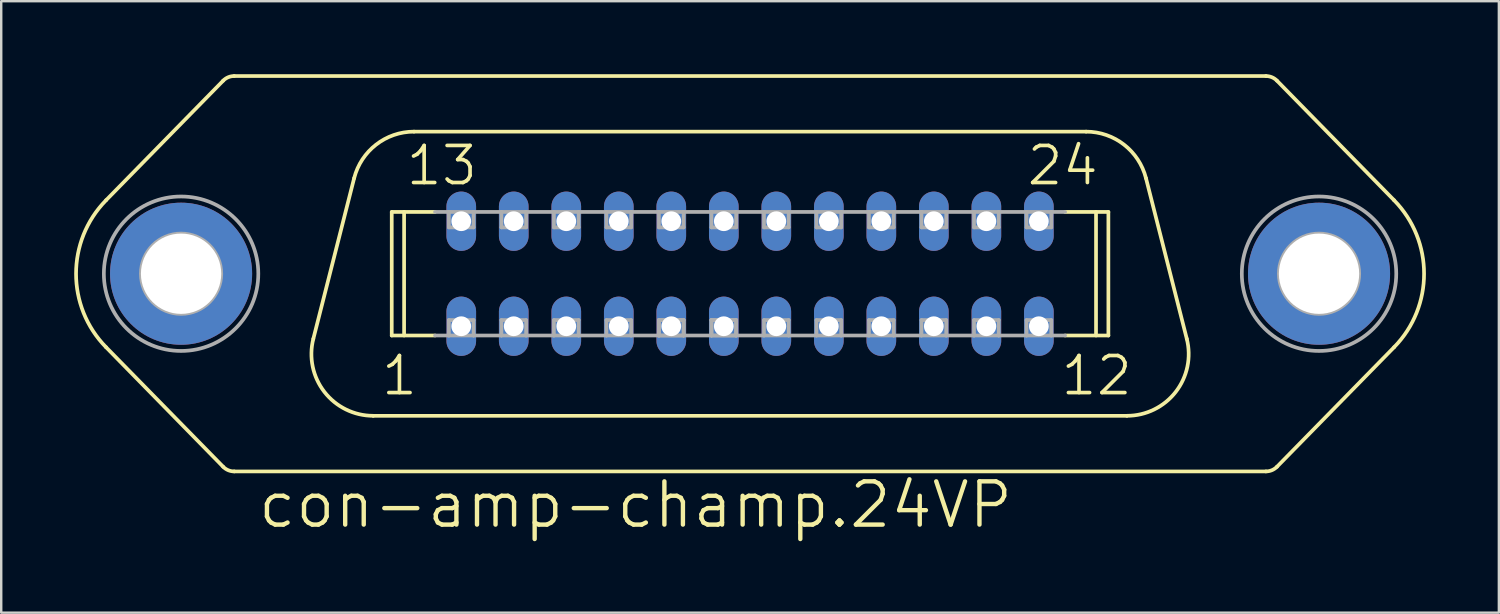
<source format=kicad_pcb>
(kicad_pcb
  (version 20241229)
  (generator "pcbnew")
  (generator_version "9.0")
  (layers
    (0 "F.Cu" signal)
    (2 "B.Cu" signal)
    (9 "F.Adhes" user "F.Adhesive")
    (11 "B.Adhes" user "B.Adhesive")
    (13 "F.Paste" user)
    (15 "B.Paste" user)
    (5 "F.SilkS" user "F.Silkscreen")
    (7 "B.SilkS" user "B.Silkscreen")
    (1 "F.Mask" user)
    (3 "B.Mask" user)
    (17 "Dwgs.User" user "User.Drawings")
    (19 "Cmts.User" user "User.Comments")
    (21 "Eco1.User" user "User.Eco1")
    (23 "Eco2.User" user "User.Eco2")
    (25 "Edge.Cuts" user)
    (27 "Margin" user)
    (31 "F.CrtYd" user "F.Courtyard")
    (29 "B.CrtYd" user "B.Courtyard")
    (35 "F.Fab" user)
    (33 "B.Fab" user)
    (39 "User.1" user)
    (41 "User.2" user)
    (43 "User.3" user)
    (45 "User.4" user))
  (footprint "con-amp-champ.24VP"
    (layer "F.Cu")
    (at 27.788 8.204)
    (property "Reference" "con-amp-champ.24VP" (at -20.32 10.541 0) (layer "F.SilkS") (effects (font (size 1.778 1.778) (thickness 0.18)) (justify left bottom)))
    (attr through_hole)
    (fp_line (start -21.663 -7.937) (end -26.478 -3.022) (stroke (width 0.152) (type default)) (layer "F.SilkS"))
    (fp_line (start -21.663 7.937) (end -26.478 3.022) (stroke (width 0.152) (type default)) (layer "F.SilkS"))
    (fp_line (start -21.209 -8.128) (end 21.209 -8.128) (stroke (width 0.152) (type default)) (layer "F.SilkS"))
    (fp_line (start -21.209 8.128) (end 21.209 8.128) (stroke (width 0.152) (type default)) (layer "F.SilkS"))
    (fp_line (start -16.278 -3.928) (end -17.956 2.676) (stroke (width 0.152) (type default)) (layer "F.SilkS"))
    (fp_line (start -15.494 5.842) (end 15.494 5.842) (stroke (width 0.152) (type default)) (layer "F.SilkS"))
    (fp_line (start -14.732 -2.54) (end -12.952 -2.54) (stroke (width 0.152) (type default)) (layer "F.SilkS"))
    (fp_line (start -14.732 2.54) (end -14.732 -2.54) (stroke (width 0.152) (type default)) (layer "F.SilkS"))
    (fp_line (start -14.732 2.54) (end -12.952 2.54) (stroke (width 0.152) (type default)) (layer "F.SilkS"))
    (fp_line (start -14.224 2.54) (end -14.224 -2.54) (stroke (width 0.152) (type default)) (layer "F.SilkS"))
    (fp_line (start -13.816 -5.842) (end 13.816 -5.842) (stroke (width 0.152) (type default)) (layer "F.SilkS"))
    (fp_line (start 12.952 -2.54) (end 14.732 -2.54) (stroke (width 0.152) (type default)) (layer "F.SilkS"))
    (fp_line (start 12.952 2.54) (end 14.732 2.54) (stroke (width 0.152) (type default)) (layer "F.SilkS"))
    (fp_line (start 14.224 2.54) (end 14.224 -2.54) (stroke (width 0.152) (type default)) (layer "F.SilkS"))
    (fp_line (start 14.732 2.54) (end 14.732 -2.54) (stroke (width 0.152) (type default)) (layer "F.SilkS"))
    (fp_line (start 16.278 -3.928) (end 17.956 2.676) (stroke (width 0.152) (type default)) (layer "F.SilkS"))
    (fp_line (start 21.663 -7.937) (end 26.478 -3.022) (stroke (width 0.152) (type default)) (layer "F.SilkS"))
    (fp_line (start 21.663 7.937) (end 26.478 3.022) (stroke (width 0.152) (type default)) (layer "F.SilkS"))
    (fp_arc (start -26.478 3.022) (mid -27.711365 0.0004) (end -26.478 -3.0212) (stroke (width 0.1524) (type default)) (layer "F.SilkS"))
    (fp_arc (start -21.663 -7.937) (mid -21.45541 -8.078018) (end -21.2094 -8.1276) (stroke (width 0.1524) (type default)) (layer "F.SilkS"))
    (fp_arc (start -21.2094 8.1276) (mid -21.45541 8.078018) (end -21.663 7.937) (stroke (width 0.1524) (type default)) (layer "F.SilkS"))
    (fp_arc (start -16.278 -3.928) (mid -15.375488 -5.307486) (end -13.8162 -5.8424) (stroke (width 0.1524) (type default)) (layer "F.SilkS"))
    (fp_arc (start -15.4942 5.8416) (mid -17.499286 4.860863) (end -17.956 2.676) (stroke (width 0.1524) (type default)) (layer "F.SilkS"))
    (fp_arc (start 13.816 -5.842) (mid 15.375288 -5.307086) (end 16.2778 -3.9276) (stroke (width 0.1524) (type default)) (layer "F.SilkS"))
    (fp_arc (start 17.956 2.676) (mid 17.499286 4.860863) (end 15.4942 5.8416) (stroke (width 0.1524) (type default)) (layer "F.SilkS"))
    (fp_arc (start 21.2094 -8.1276) (mid 21.45541 -8.078018) (end 21.663 -7.937) (stroke (width 0.1524) (type default)) (layer "F.SilkS"))
    (fp_arc (start 21.663 7.937) (mid 21.45541 8.078018) (end 21.2094 8.1276) (stroke (width 0.1524) (type default)) (layer "F.SilkS"))
    (fp_arc (start 26.478 -3.0212) (mid 27.711365 0.0004) (end 26.478 3.022) (stroke (width 0.1524) (type default)) (layer "F.SilkS"))
    (fp_line (start -12.952 -2.54) (end -12.383 -2.54) (stroke (width 0.152) (type default)) (layer "F.Fab"))
    (fp_line (start -12.952 2.54) (end -12.383 2.54) (stroke (width 0.152) (type default)) (layer "F.Fab"))
    (fp_line (start -12.383 -2.54) (end -11.367 -2.54) (stroke (width 0.152) (type default)) (layer "F.Fab"))
    (fp_line (start -12.383 -1.905) (end -12.383 -2.54) (stroke (width 0.152) (type default)) (layer "F.Fab"))
    (fp_line (start -12.383 1.905) (end -11.367 1.905) (stroke (width 0.152) (type default)) (layer "F.Fab"))
    (fp_line (start -12.383 2.54) (end -12.383 1.905) (stroke (width 0.152) (type default)) (layer "F.Fab"))
    (fp_line (start -11.367 -2.54) (end -11.367 -1.905) (stroke (width 0.152) (type default)) (layer "F.Fab"))
    (fp_line (start -11.367 -2.54) (end -10.223 -2.54) (stroke (width 0.152) (type default)) (layer "F.Fab"))
    (fp_line (start -11.367 -1.905) (end -12.383 -1.905) (stroke (width 0.152) (type default)) (layer "F.Fab"))
    (fp_line (start -11.367 1.905) (end -11.367 2.54) (stroke (width 0.152) (type default)) (layer "F.Fab"))
    (fp_line (start -11.367 2.54) (end -12.383 2.54) (stroke (width 0.152) (type default)) (layer "F.Fab"))
    (fp_line (start -11.367 2.54) (end -10.223 2.54) (stroke (width 0.152) (type default)) (layer "F.Fab"))
    (fp_line (start -10.223 -2.54) (end -9.207 -2.54) (stroke (width 0.152) (type default)) (layer "F.Fab"))
    (fp_line (start -10.223 -1.905) (end -10.223 -2.54) (stroke (width 0.152) (type default)) (layer "F.Fab"))
    (fp_line (start -10.223 1.905) (end -9.207 1.905) (stroke (width 0.152) (type default)) (layer "F.Fab"))
    (fp_line (start -10.223 2.54) (end -10.223 1.905) (stroke (width 0.152) (type default)) (layer "F.Fab"))
    (fp_line (start -9.207 -2.54) (end -9.207 -1.905) (stroke (width 0.152) (type default)) (layer "F.Fab"))
    (fp_line (start -9.207 -2.54) (end -8.065 -2.54) (stroke (width 0.152) (type default)) (layer "F.Fab"))
    (fp_line (start -9.207 -1.905) (end -10.223 -1.905) (stroke (width 0.152) (type default)) (layer "F.Fab"))
    (fp_line (start -9.207 1.905) (end -9.207 2.54) (stroke (width 0.152) (type default)) (layer "F.Fab"))
    (fp_line (start -9.207 2.54) (end -10.223 2.54) (stroke (width 0.152) (type default)) (layer "F.Fab"))
    (fp_line (start -9.207 2.54) (end -8.065 2.54) (stroke (width 0.152) (type default)) (layer "F.Fab"))
    (fp_line (start -8.065 -2.54) (end -7.048 -2.54) (stroke (width 0.152) (type default)) (layer "F.Fab"))
    (fp_line (start -8.065 -1.905) (end -8.065 -2.54) (stroke (width 0.152) (type default)) (layer "F.Fab"))
    (fp_line (start -8.065 1.905) (end -7.048 1.905) (stroke (width 0.152) (type default)) (layer "F.Fab"))
    (fp_line (start -8.065 2.54) (end -8.065 1.905) (stroke (width 0.152) (type default)) (layer "F.Fab"))
    (fp_line (start -7.048 -2.54) (end -7.048 -1.905) (stroke (width 0.152) (type default)) (layer "F.Fab"))
    (fp_line (start -7.048 -2.54) (end -5.905 -2.54) (stroke (width 0.152) (type default)) (layer "F.Fab"))
    (fp_line (start -7.048 -1.905) (end -8.065 -1.905) (stroke (width 0.152) (type default)) (layer "F.Fab"))
    (fp_line (start -7.048 1.905) (end -7.048 2.54) (stroke (width 0.152) (type default)) (layer "F.Fab"))
    (fp_line (start -7.048 2.54) (end -8.065 2.54) (stroke (width 0.152) (type default)) (layer "F.Fab"))
    (fp_line (start -7.048 2.54) (end -5.905 2.54) (stroke (width 0.152) (type default)) (layer "F.Fab"))
    (fp_line (start -5.905 -2.54) (end -4.889 -2.54) (stroke (width 0.152) (type default)) (layer "F.Fab"))
    (fp_line (start -5.905 -1.905) (end -5.905 -2.54) (stroke (width 0.152) (type default)) (layer "F.Fab"))
    (fp_line (start -5.905 1.905) (end -4.889 1.905) (stroke (width 0.152) (type default)) (layer "F.Fab"))
    (fp_line (start -5.905 2.54) (end -5.905 1.905) (stroke (width 0.152) (type default)) (layer "F.Fab"))
    (fp_line (start -4.889 -2.54) (end -4.889 -1.905) (stroke (width 0.152) (type default)) (layer "F.Fab"))
    (fp_line (start -4.889 -2.54) (end -3.747 -2.54) (stroke (width 0.152) (type default)) (layer "F.Fab"))
    (fp_line (start -4.889 -1.905) (end -5.905 -1.905) (stroke (width 0.152) (type default)) (layer "F.Fab"))
    (fp_line (start -4.889 1.905) (end -4.889 2.54) (stroke (width 0.152) (type default)) (layer "F.Fab"))
    (fp_line (start -4.889 2.54) (end -5.905 2.54) (stroke (width 0.152) (type default)) (layer "F.Fab"))
    (fp_line (start -4.889 2.54) (end -3.747 2.54) (stroke (width 0.152) (type default)) (layer "F.Fab"))
    (fp_line (start -3.747 -2.54) (end -2.731 -2.54) (stroke (width 0.152) (type default)) (layer "F.Fab"))
    (fp_line (start -3.747 -1.905) (end -3.747 -2.54) (stroke (width 0.152) (type default)) (layer "F.Fab"))
    (fp_line (start -3.747 1.905) (end -2.731 1.905) (stroke (width 0.152) (type default)) (layer "F.Fab"))
    (fp_line (start -3.747 1.905) (end -2.731 1.905) (stroke (width 0.152) (type default)) (layer "F.Fab"))
    (fp_line (start -3.747 2.54) (end -3.747 1.905) (stroke (width 0.152) (type default)) (layer "F.Fab"))
    (fp_line (start -3.747 2.54) (end -3.747 1.905) (stroke (width 0.152) (type default)) (layer "F.Fab"))
    (fp_line (start -2.731 -2.54) (end -2.731 -1.905) (stroke (width 0.152) (type default)) (layer "F.Fab"))
    (fp_line (start -2.731 -2.54) (end -1.587 -2.54) (stroke (width 0.152) (type default)) (layer "F.Fab"))
    (fp_line (start -2.731 -1.905) (end -3.747 -1.905) (stroke (width 0.152) (type default)) (layer "F.Fab"))
    (fp_line (start -2.731 1.905) (end -2.731 2.54) (stroke (width 0.152) (type default)) (layer "F.Fab"))
    (fp_line (start -2.731 1.905) (end -2.731 2.54) (stroke (width 0.152) (type default)) (layer "F.Fab"))
    (fp_line (start -2.731 2.54) (end -3.747 2.54) (stroke (width 0.152) (type default)) (layer "F.Fab"))
    (fp_line (start -2.731 2.54) (end -3.747 2.54) (stroke (width 0.152) (type default)) (layer "F.Fab"))
    (fp_line (start -2.731 2.54) (end -1.587 2.54) (stroke (width 0.152) (type default)) (layer "F.Fab"))
    (fp_line (start -1.587 -2.54) (end -0.572 -2.54) (stroke (width 0.152) (type default)) (layer "F.Fab"))
    (fp_line (start -1.587 -1.905) (end -1.587 -2.54) (stroke (width 0.152) (type default)) (layer "F.Fab"))
    (fp_line (start -1.587 1.905) (end -0.572 1.905) (stroke (width 0.152) (type default)) (layer "F.Fab"))
    (fp_line (start -1.587 1.905) (end -0.572 1.905) (stroke (width 0.152) (type default)) (layer "F.Fab"))
    (fp_line (start -1.587 2.54) (end -1.587 1.905) (stroke (width 0.152) (type default)) (layer "F.Fab"))
    (fp_line (start -1.587 2.54) (end -1.587 1.905) (stroke (width 0.152) (type default)) (layer "F.Fab"))
    (fp_line (start -0.572 -2.54) (end -0.572 -1.905) (stroke (width 0.152) (type default)) (layer "F.Fab"))
    (fp_line (start -0.572 -2.54) (end 0.572 -2.54) (stroke (width 0.152) (type default)) (layer "F.Fab"))
    (fp_line (start -0.572 -1.905) (end -1.587 -1.905) (stroke (width 0.152) (type default)) (layer "F.Fab"))
    (fp_line (start -0.572 1.905) (end -0.572 2.54) (stroke (width 0.152) (type default)) (layer "F.Fab"))
    (fp_line (start -0.572 1.905) (end -0.572 2.54) (stroke (width 0.152) (type default)) (layer "F.Fab"))
    (fp_line (start -0.572 2.54) (end -1.587 2.54) (stroke (width 0.152) (type default)) (layer "F.Fab"))
    (fp_line (start -0.572 2.54) (end -1.587 2.54) (stroke (width 0.152) (type default)) (layer "F.Fab"))
    (fp_line (start -0.572 2.54) (end 0.572 2.54) (stroke (width 0.152) (type default)) (layer "F.Fab"))
    (fp_line (start 0.572 -2.54) (end 1.587 -2.54) (stroke (width 0.152) (type default)) (layer "F.Fab"))
    (fp_line (start 0.572 -1.905) (end 0.572 -2.54) (stroke (width 0.152) (type default)) (layer "F.Fab"))
    (fp_line (start 0.572 1.905) (end 1.587 1.905) (stroke (width 0.152) (type default)) (layer "F.Fab"))
    (fp_line (start 0.572 2.54) (end 0.572 1.905) (stroke (width 0.152) (type default)) (layer "F.Fab"))
    (fp_line (start 1.587 -2.54) (end 1.587 -1.905) (stroke (width 0.152) (type default)) (layer "F.Fab"))
    (fp_line (start 1.587 -2.54) (end 2.731 -2.54) (stroke (width 0.152) (type default)) (layer "F.Fab"))
    (fp_line (start 1.587 -1.905) (end 0.572 -1.905) (stroke (width 0.152) (type default)) (layer "F.Fab"))
    (fp_line (start 1.587 1.905) (end 1.587 2.54) (stroke (width 0.152) (type default)) (layer "F.Fab"))
    (fp_line (start 1.587 2.54) (end 0.572 2.54) (stroke (width 0.152) (type default)) (layer "F.Fab"))
    (fp_line (start 1.587 2.54) (end 2.731 2.54) (stroke (width 0.152) (type default)) (layer "F.Fab"))
    (fp_line (start 2.731 -2.54) (end 3.747 -2.54) (stroke (width 0.152) (type default)) (layer "F.Fab"))
    (fp_line (start 2.731 -1.905) (end 2.731 -2.54) (stroke (width 0.152) (type default)) (layer "F.Fab"))
    (fp_line (start 2.731 1.905) (end 3.747 1.905) (stroke (width 0.152) (type default)) (layer "F.Fab"))
    (fp_line (start 2.731 2.54) (end 2.731 1.905) (stroke (width 0.152) (type default)) (layer "F.Fab"))
    (fp_line (start 3.747 -2.54) (end 3.747 -1.905) (stroke (width 0.152) (type default)) (layer "F.Fab"))
    (fp_line (start 3.747 -2.54) (end 4.889 -2.54) (stroke (width 0.152) (type default)) (layer "F.Fab"))
    (fp_line (start 3.747 -1.905) (end 2.731 -1.905) (stroke (width 0.152) (type default)) (layer "F.Fab"))
    (fp_line (start 3.747 1.905) (end 3.747 2.54) (stroke (width 0.152) (type default)) (layer "F.Fab"))
    (fp_line (start 3.747 2.54) (end 2.731 2.54) (stroke (width 0.152) (type default)) (layer "F.Fab"))
    (fp_line (start 3.747 2.54) (end 4.889 2.54) (stroke (width 0.152) (type default)) (layer "F.Fab"))
    (fp_line (start 4.889 -2.54) (end 5.905 -2.54) (stroke (width 0.152) (type default)) (layer "F.Fab"))
    (fp_line (start 4.889 -1.905) (end 4.889 -2.54) (stroke (width 0.152) (type default)) (layer "F.Fab"))
    (fp_line (start 4.889 1.905) (end 5.905 1.905) (stroke (width 0.152) (type default)) (layer "F.Fab"))
    (fp_line (start 4.889 2.54) (end 4.889 1.905) (stroke (width 0.152) (type default)) (layer "F.Fab"))
    (fp_line (start 5.905 -2.54) (end 5.905 -1.905) (stroke (width 0.152) (type default)) (layer "F.Fab"))
    (fp_line (start 5.905 -2.54) (end 7.048 -2.54) (stroke (width 0.152) (type default)) (layer "F.Fab"))
    (fp_line (start 5.905 -1.905) (end 4.889 -1.905) (stroke (width 0.152) (type default)) (layer "F.Fab"))
    (fp_line (start 5.905 1.905) (end 5.905 2.54) (stroke (width 0.152) (type default)) (layer "F.Fab"))
    (fp_line (start 5.905 2.54) (end 4.889 2.54) (stroke (width 0.152) (type default)) (layer "F.Fab"))
    (fp_line (start 5.905 2.54) (end 7.048 2.54) (stroke (width 0.152) (type default)) (layer "F.Fab"))
    (fp_line (start 7.048 -2.54) (end 8.065 -2.54) (stroke (width 0.152) (type default)) (layer "F.Fab"))
    (fp_line (start 7.048 -1.905) (end 7.048 -2.54) (stroke (width 0.152) (type default)) (layer "F.Fab"))
    (fp_line (start 7.048 1.905) (end 8.065 1.905) (stroke (width 0.152) (type default)) (layer "F.Fab"))
    (fp_line (start 7.048 2.54) (end 7.048 1.905) (stroke (width 0.152) (type default)) (layer "F.Fab"))
    (fp_line (start 8.065 -2.54) (end 8.065 -1.905) (stroke (width 0.152) (type default)) (layer "F.Fab"))
    (fp_line (start 8.065 -2.54) (end 9.207 -2.54) (stroke (width 0.152) (type default)) (layer "F.Fab"))
    (fp_line (start 8.065 -1.905) (end 7.048 -1.905) (stroke (width 0.152) (type default)) (layer "F.Fab"))
    (fp_line (start 8.065 1.905) (end 8.065 2.54) (stroke (width 0.152) (type default)) (layer "F.Fab"))
    (fp_line (start 8.065 2.54) (end 7.048 2.54) (stroke (width 0.152) (type default)) (layer "F.Fab"))
    (fp_line (start 8.065 2.54) (end 9.207 2.54) (stroke (width 0.152) (type default)) (layer "F.Fab"))
    (fp_line (start 9.207 -2.54) (end 10.223 -2.54) (stroke (width 0.152) (type default)) (layer "F.Fab"))
    (fp_line (start 9.207 -1.905) (end 9.207 -2.54) (stroke (width 0.152) (type default)) (layer "F.Fab"))
    (fp_line (start 9.207 1.905) (end 10.223 1.905) (stroke (width 0.152) (type default)) (layer "F.Fab"))
    (fp_line (start 9.207 2.54) (end 9.207 1.905) (stroke (width 0.152) (type default)) (layer "F.Fab"))
    (fp_line (start 10.223 -2.54) (end 10.223 -1.905) (stroke (width 0.152) (type default)) (layer "F.Fab"))
    (fp_line (start 10.223 -2.54) (end 11.367 -2.54) (stroke (width 0.152) (type default)) (layer "F.Fab"))
    (fp_line (start 10.223 -1.905) (end 9.207 -1.905) (stroke (width 0.152) (type default)) (layer "F.Fab"))
    (fp_line (start 10.223 1.905) (end 10.223 2.54) (stroke (width 0.152) (type default)) (layer "F.Fab"))
    (fp_line (start 10.223 2.54) (end 9.207 2.54) (stroke (width 0.152) (type default)) (layer "F.Fab"))
    (fp_line (start 10.223 2.54) (end 11.367 2.54) (stroke (width 0.152) (type default)) (layer "F.Fab"))
    (fp_line (start 11.367 -2.54) (end 12.383 -2.54) (stroke (width 0.152) (type default)) (layer "F.Fab"))
    (fp_line (start 11.367 -1.905) (end 11.367 -2.54) (stroke (width 0.152) (type default)) (layer "F.Fab"))
    (fp_line (start 11.367 1.905) (end 12.383 1.905) (stroke (width 0.152) (type default)) (layer "F.Fab"))
    (fp_line (start 11.367 2.54) (end 11.367 1.905) (stroke (width 0.152) (type default)) (layer "F.Fab"))
    (fp_line (start 12.383 -2.54) (end 12.383 -1.905) (stroke (width 0.152) (type default)) (layer "F.Fab"))
    (fp_line (start 12.383 -2.54) (end 12.952 -2.54) (stroke (width 0.152) (type default)) (layer "F.Fab"))
    (fp_line (start 12.383 -1.905) (end 11.367 -1.905) (stroke (width 0.152) (type default)) (layer "F.Fab"))
    (fp_line (start 12.383 1.905) (end 12.383 2.54) (stroke (width 0.152) (type default)) (layer "F.Fab"))
    (fp_line (start 12.383 2.54) (end 11.367 2.54) (stroke (width 0.152) (type default)) (layer "F.Fab"))
    (fp_line (start 12.383 2.54) (end 12.952 2.54) (stroke (width 0.152) (type default)) (layer "F.Fab"))
    (fp_rect (start -12.383 -1.905) (end -11.367 -2.54) (stroke (width 0.05) (type default)) (fill no) (layer "F.Fab"))
    (fp_rect (start -12.383 2.54) (end -11.367 1.905) (stroke (width 0.05) (type default)) (fill no) (layer "F.Fab"))
    (fp_rect (start -10.223 -1.905) (end -9.207 -2.54) (stroke (width 0.05) (type default)) (fill no) (layer "F.Fab"))
    (fp_rect (start -10.223 2.54) (end -9.207 1.905) (stroke (width 0.05) (type default)) (fill no) (layer "F.Fab"))
    (fp_rect (start -8.065 -1.905) (end -7.048 -2.54) (stroke (width 0.05) (type default)) (fill no) (layer "F.Fab"))
    (fp_rect (start -8.065 2.54) (end -7.048 1.905) (stroke (width 0.05) (type default)) (fill no) (layer "F.Fab"))
    (fp_rect (start -5.905 -1.905) (end -4.889 -2.54) (stroke (width 0.05) (type default)) (fill no) (layer "F.Fab"))
    (fp_rect (start -5.905 2.54) (end -4.889 1.905) (stroke (width 0.05) (type default)) (fill no) (layer "F.Fab"))
    (fp_rect (start -3.747 -1.905) (end -2.731 -2.54) (stroke (width 0.05) (type default)) (fill no) (layer "F.Fab"))
    (fp_rect (start -3.747 2.54) (end -2.731 1.905) (stroke (width 0.05) (type default)) (fill no) (layer "F.Fab"))
    (fp_rect (start -1.587 -1.905) (end -0.572 -2.54) (stroke (width 0.05) (type default)) (fill no) (layer "F.Fab"))
    (fp_rect (start -1.587 2.54) (end -0.572 1.905) (stroke (width 0.05) (type default)) (fill no) (layer "F.Fab"))
    (fp_rect (start 0.572 -1.905) (end 1.587 -2.54) (stroke (width 0.05) (type default)) (fill no) (layer "F.Fab"))
    (fp_rect (start 0.572 2.54) (end 1.587 1.905) (stroke (width 0.05) (type default)) (fill no) (layer "F.Fab"))
    (fp_rect (start 2.731 -1.905) (end 3.747 -2.54) (stroke (width 0.05) (type default)) (fill no) (layer "F.Fab"))
    (fp_rect (start 2.731 2.54) (end 3.747 1.905) (stroke (width 0.05) (type default)) (fill no) (layer "F.Fab"))
    (fp_rect (start 4.889 -1.905) (end 5.905 -2.54) (stroke (width 0.05) (type default)) (fill no) (layer "F.Fab"))
    (fp_rect (start 4.889 2.54) (end 5.905 1.905) (stroke (width 0.05) (type default)) (fill no) (layer "F.Fab"))
    (fp_rect (start 7.048 -1.905) (end 8.065 -2.54) (stroke (width 0.05) (type default)) (fill no) (layer "F.Fab"))
    (fp_rect (start 7.048 2.54) (end 8.065 1.905) (stroke (width 0.05) (type default)) (fill no) (layer "F.Fab"))
    (fp_rect (start 9.207 -1.905) (end 10.223 -2.54) (stroke (width 0.05) (type default)) (fill no) (layer "F.Fab"))
    (fp_rect (start 9.207 2.54) (end 10.223 1.905) (stroke (width 0.05) (type default)) (fill no) (layer "F.Fab"))
    (fp_rect (start 11.367 -1.905) (end 12.383 -2.54) (stroke (width 0.05) (type default)) (fill no) (layer "F.Fab"))
    (fp_rect (start 11.367 2.54) (end 12.383 1.905) (stroke (width 0.05) (type default)) (fill no) (layer "F.Fab"))
    (fp_circle (center -23.393 0) (end -21.742 0) (stroke (width 0.152) (type default)) (fill no) (layer "F.Fab"))
    (fp_circle (center -23.393 0) (end -20.218 0) (stroke (width 0.152) (type default)) (fill no) (layer "F.Fab"))
    (fp_circle (center 23.393 0) (end 25.044 0) (stroke (width 0.152) (type default)) (fill no) (layer "F.Fab"))
    (fp_circle (center 23.393 0) (end 26.568 0) (stroke (width 0.152) (type default)) (fill no) (layer "F.Fab"))
    (fp_text user "24" (at 11.303 -3.556 0) (layer "F.SilkS") (effects (font (size 1.524 1.524) (thickness 0.15)) (justify left bottom)))
    (fp_text user "13" (at -14.224 -3.556 0) (layer "F.SilkS") (effects (font (size 1.524 1.524) (thickness 0.15)) (justify left bottom)))
    (fp_text user "1" (at -15.24 5.08 0) (layer "F.SilkS") (effects (font (size 1.524 1.524) (thickness 0.15)) (justify left bottom)))
    (fp_text user "12" (at 12.7 5.08 0) (layer "F.SilkS") (effects (font (size 1.524 1.524) (thickness 0.15)) (justify left bottom)))
    (pad "1" thru_hole oval (at -11.874 2.159 90) (size 2.438 1.219) (drill 0.813) (layers "*.Cu" "*.Mask"))
    (pad "2" thru_hole oval (at -9.716 2.159 90) (size 2.438 1.219) (drill 0.813) (layers "*.Cu" "*.Mask"))
    (pad "3" thru_hole oval (at -7.556 2.159 90) (size 2.438 1.219) (drill 0.813) (layers "*.Cu" "*.Mask"))
    (pad "4" thru_hole oval (at -5.397 2.159 90) (size 2.438 1.219) (drill 0.813) (layers "*.Cu" "*.Mask"))
    (pad "5" thru_hole oval (at -3.239 2.159 90) (size 2.438 1.219) (drill 0.813) (layers "*.Cu" "*.Mask"))
    (pad "6" thru_hole oval (at -1.079 2.159 90) (size 2.438 1.219) (drill 0.813) (layers "*.Cu" "*.Mask"))
    (pad "7" thru_hole oval (at 1.079 2.159 90) (size 2.438 1.219) (drill 0.813) (layers "*.Cu" "*.Mask"))
    (pad "8" thru_hole oval (at 3.239 2.159 90) (size 2.438 1.219) (drill 0.813) (layers "*.Cu" "*.Mask"))
    (pad "9" thru_hole oval (at 5.397 2.159 90) (size 2.438 1.219) (drill 0.813) (layers "*.Cu" "*.Mask"))
    (pad "10" thru_hole oval (at 7.556 2.159 90) (size 2.438 1.219) (drill 0.813) (layers "*.Cu" "*.Mask"))
    (pad "11" thru_hole oval (at 9.716 2.159 90) (size 2.438 1.219) (drill 0.813) (layers "*.Cu" "*.Mask"))
    (pad "12" thru_hole oval (at 11.874 2.159 90) (size 2.438 1.219) (drill 0.813) (layers "*.Cu" "*.Mask"))
    (pad "13" thru_hole oval (at -11.874 -2.159 90) (size 2.438 1.219) (drill 0.813) (layers "*.Cu" "*.Mask"))
    (pad "14" thru_hole oval (at -9.716 -2.159 90) (size 2.438 1.219) (drill 0.813) (layers "*.Cu" "*.Mask"))
    (pad "15" thru_hole oval (at -7.556 -2.159 90) (size 2.438 1.219) (drill 0.813) (layers "*.Cu" "*.Mask"))
    (pad "16" thru_hole oval (at -5.397 -2.159 90) (size 2.438 1.219) (drill 0.813) (layers "*.Cu" "*.Mask"))
    (pad "17" thru_hole oval (at -3.239 -2.159 90) (size 2.438 1.219) (drill 0.813) (layers "*.Cu" "*.Mask"))
    (pad "18" thru_hole oval (at -1.079 -2.159 90) (size 2.438 1.219) (drill 0.813) (layers "*.Cu" "*.Mask"))
    (pad "19" thru_hole oval (at 1.079 -2.159 90) (size 2.438 1.219) (drill 0.813) (layers "*.Cu" "*.Mask"))
    (pad "20" thru_hole oval (at 3.239 -2.159 90) (size 2.438 1.219) (drill 0.813) (layers "*.Cu" "*.Mask"))
    (pad "21" thru_hole oval (at 5.397 -2.159 90) (size 2.438 1.219) (drill 0.813) (layers "*.Cu" "*.Mask"))
    (pad "22" thru_hole oval (at 7.556 -2.159 90) (size 2.438 1.219) (drill 0.813) (layers "*.Cu" "*.Mask"))
    (pad "23" thru_hole oval (at 9.716 -2.159 90) (size 2.438 1.219) (drill 0.813) (layers "*.Cu" "*.Mask"))
    (pad "24" thru_hole oval (at 11.874 -2.159 90) (size 2.438 1.219) (drill 0.813) (layers "*.Cu" "*.Mask"))
    (pad "G" thru_hole circle (at -23.393 0) (size 5.842 5.842) (drill 3.302) (layers "*.Cu" "*.Mask"))
    (pad "G1" thru_hole circle (at 23.393 0) (size 5.842 5.842) (drill 3.302) (layers "*.Cu" "*.Mask")))
  (gr_rect
    (start -3 -3)
    (end 58.575 22.139)
    (stroke (width 0.1) (type default))
    (fill no)
    (layer "Edge.Cuts")))
</source>
